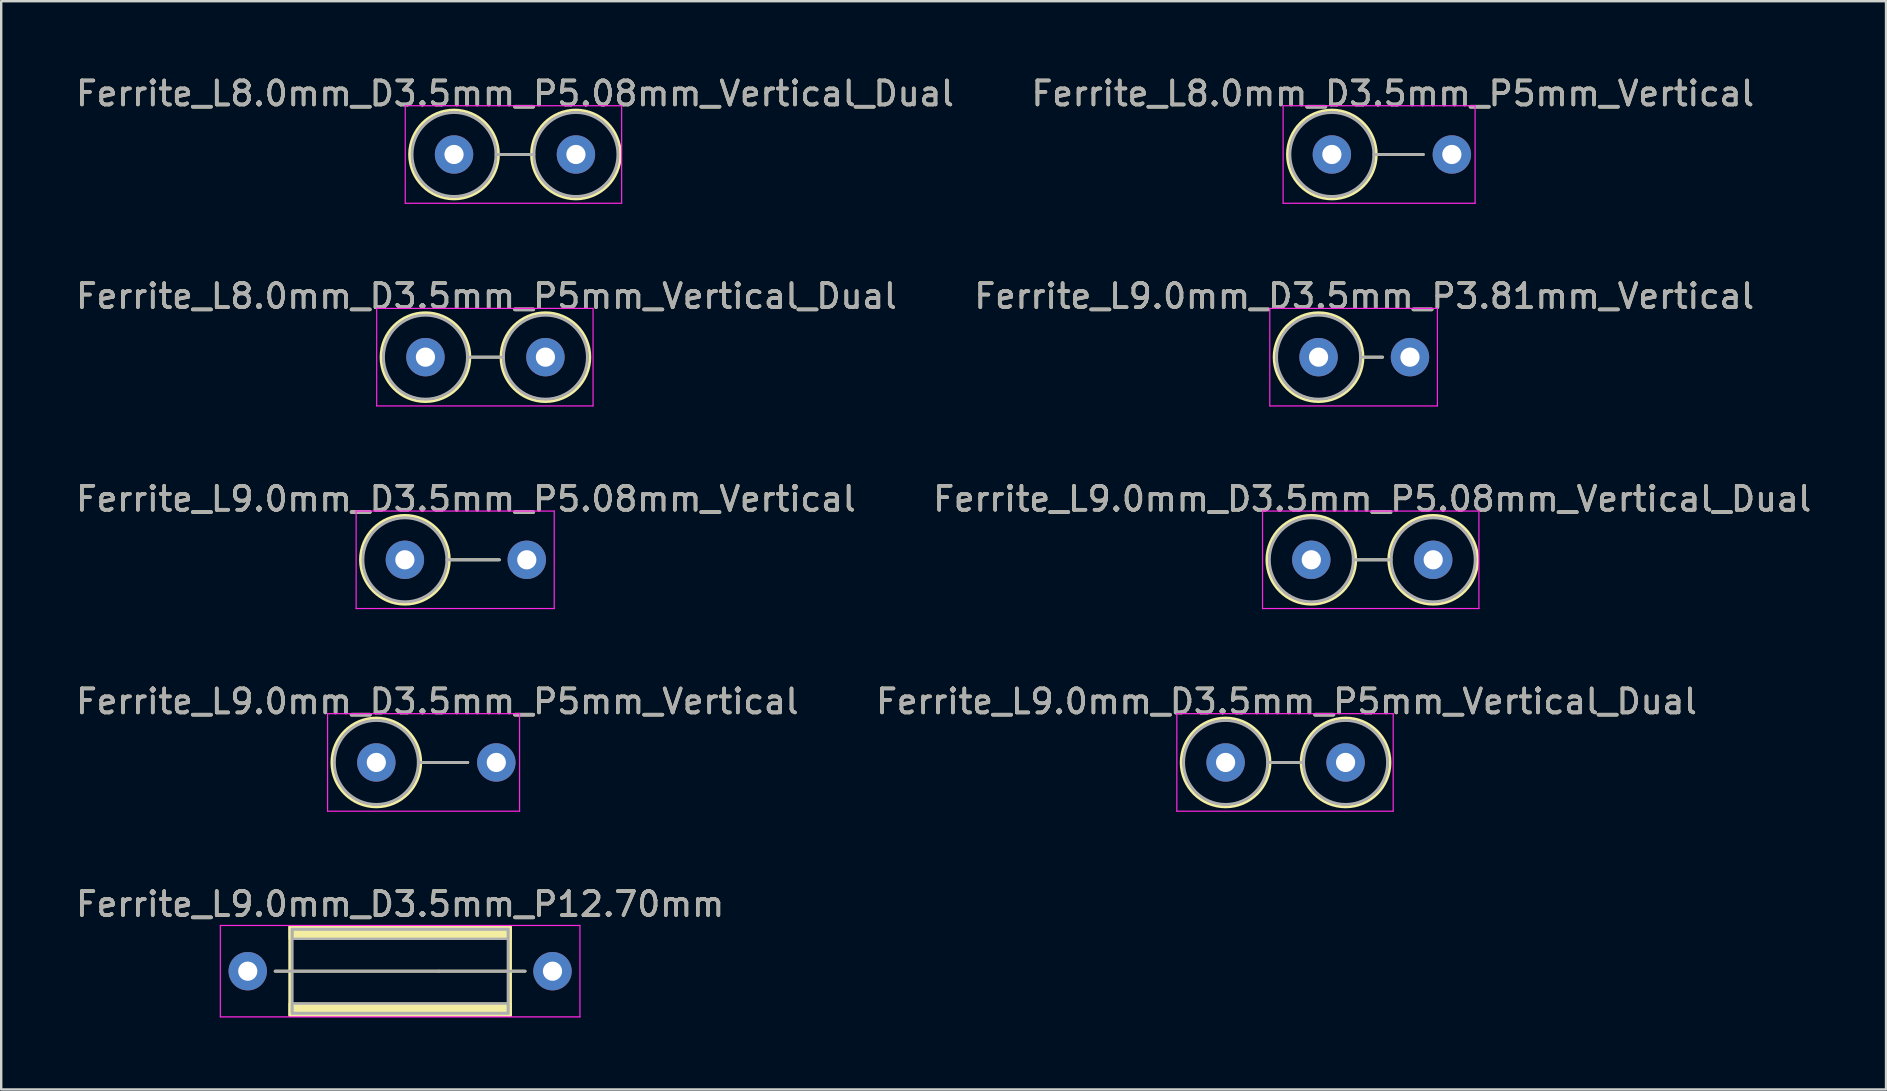
<source format=kicad_pcb>
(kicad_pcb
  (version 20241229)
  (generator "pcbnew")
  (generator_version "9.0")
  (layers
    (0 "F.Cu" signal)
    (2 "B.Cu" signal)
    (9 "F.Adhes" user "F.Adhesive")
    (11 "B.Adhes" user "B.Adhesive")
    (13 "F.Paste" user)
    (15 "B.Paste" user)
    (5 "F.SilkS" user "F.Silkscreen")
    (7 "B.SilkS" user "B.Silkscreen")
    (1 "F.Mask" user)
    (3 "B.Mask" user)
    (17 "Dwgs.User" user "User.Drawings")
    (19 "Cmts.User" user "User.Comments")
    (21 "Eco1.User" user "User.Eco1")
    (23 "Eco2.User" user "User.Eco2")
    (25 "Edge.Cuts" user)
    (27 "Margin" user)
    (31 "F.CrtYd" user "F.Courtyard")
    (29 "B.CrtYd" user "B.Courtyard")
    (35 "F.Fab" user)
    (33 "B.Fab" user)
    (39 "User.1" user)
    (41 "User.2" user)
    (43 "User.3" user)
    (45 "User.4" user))
  (footprint "Ferrite_L8.0mm_D3.5mm_P5.08mm_Vertical_Dual"
    (layer "F.Cu")
    (at 15.871 3.388)
    (property "Reference" "Ferrite_L8.0mm_D3.5mm_P5.08mm_Vertical_Dual" (at 2.54 -2.54 0) (layer "F.SilkS") (effects (font (size 1 1) (thickness 0.15))))
    (fp_line (start 1.85 0) (end 3.23 0) (stroke (width 0.12) (type solid)) (layer "F.SilkS"))
    (fp_circle (center 0 0) (end 0 -1.85) (stroke (width 0.12) (type solid)) (fill no) (layer "F.SilkS"))
    (fp_circle (center 5.08 0) (end 5.08 -1.85) (stroke (width 0.12) (type solid)) (fill no) (layer "F.SilkS"))
    (fp_line (start -2.032 -2.032) (end 6.985 -2.032) (stroke (width 0.05) (type solid)) (layer "F.CrtYd"))
    (fp_line (start -2.032 2.032) (end -2.032 -2.032) (stroke (width 0.05) (type solid)) (layer "F.CrtYd"))
    (fp_line (start 6.985 -2.032) (end 6.985 2.032) (stroke (width 0.05) (type solid)) (layer "F.CrtYd"))
    (fp_line (start 6.985 2.032) (end -2.032 2.032) (stroke (width 0.05) (type solid)) (layer "F.CrtYd"))
    (fp_line (start 1.75 0) (end 3.33 0) (stroke (width 0.12) (type solid)) (layer "F.Fab"))
    (fp_circle (center 0 0) (end 0 -1.75) (stroke (width 0.12) (type solid)) (fill no) (layer "F.Fab"))
    (fp_circle (center 5.08 0) (end 5.08 -1.75) (stroke (width 0.12) (type solid)) (fill no) (layer "F.Fab"))
    (fp_text user "${REFERENCE}" (at 2.54 -2.539 0) (layer "F.Fab") (effects (font (size 1 1) (thickness 0.15))))
    (pad "1" thru_hole circle (at 0 0) (size 1.6 1.6) (drill 0.8) (layers "*.Cu" "*.Mask"))
    (pad "2" thru_hole circle (at 5.08 0) (size 1.6 1.6) (drill 0.8) (layers "*.Cu" "*.Mask")))
  (footprint "Ferrite_L9.0mm_D3.5mm_P3.81mm_Vertical"
    (layer "F.Cu")
    (at 51.899 11.834)
    (property "Reference" "Ferrite_L9.0mm_D3.5mm_P3.81mm_Vertical" (at 1.905 -2.54 0) (layer "F.SilkS") (effects (font (size 1 1) (thickness 0.15))))
    (fp_line (start 1.85 0) (end 2.667 0) (stroke (width 0.12) (type solid)) (layer "F.SilkS"))
    (fp_circle (center 0 0) (end 0 -1.85) (stroke (width 0.12) (type solid)) (fill no) (layer "F.SilkS"))
    (fp_line (start -2.032 -2.032) (end 4.953 -2.032) (stroke (width 0.05) (type solid)) (layer "F.CrtYd"))
    (fp_line (start -2.032 2.032) (end -2.032 -2.032) (stroke (width 0.05) (type solid)) (layer "F.CrtYd"))
    (fp_line (start 4.953 -2.032) (end 4.953 2.032) (stroke (width 0.05) (type solid)) (layer "F.CrtYd"))
    (fp_line (start 4.953 2.032) (end -2.032 2.032) (stroke (width 0.05) (type solid)) (layer "F.CrtYd"))
    (fp_line (start 1.75 0) (end 2.667 0) (stroke (width 0.12) (type solid)) (layer "F.Fab"))
    (fp_circle (center 0 0) (end 0 -1.75) (stroke (width 0.12) (type solid)) (fill no) (layer "F.Fab"))
    (fp_text user "${REFERENCE}" (at 1.905 -2.539 0) (layer "F.Fab") (effects (font (size 1 1) (thickness 0.15))))
    (pad "1" thru_hole circle (at 0 0) (size 1.6 1.6) (drill 0.8) (layers "*.Cu" "*.Mask"))
    (pad "2" thru_hole circle (at 3.81 0) (size 1.6 1.6) (drill 0.8) (layers "*.Cu" "*.Mask")))
  (footprint "Ferrite_L9.0mm_D3.5mm_P5mm_Vertical"
    (layer "F.Cu")
    (at 12.633 28.724)
    (property "Reference" "Ferrite_L9.0mm_D3.5mm_P5mm_Vertical" (at 2.54 -2.54 0) (layer "F.SilkS") (effects (font (size 1 1) (thickness 0.15))))
    (fp_line (start 1.85 0) (end 3.81 0) (stroke (width 0.12) (type solid)) (layer "F.SilkS"))
    (fp_circle (center 0 0) (end 0 -1.85) (stroke (width 0.12) (type solid)) (fill no) (layer "F.SilkS"))
    (fp_line (start -2.032 -2.032) (end 5.969 -2.032) (stroke (width 0.05) (type solid)) (layer "F.CrtYd"))
    (fp_line (start -2.032 2.032) (end -2.032 -2.032) (stroke (width 0.05) (type solid)) (layer "F.CrtYd"))
    (fp_line (start 5.969 -2.032) (end 5.969 2.032) (stroke (width 0.05) (type solid)) (layer "F.CrtYd"))
    (fp_line (start 5.969 2.032) (end -2.032 2.032) (stroke (width 0.05) (type solid)) (layer "F.CrtYd"))
    (fp_line (start 1.75 0) (end 3.81 0) (stroke (width 0.12) (type solid)) (layer "F.Fab"))
    (fp_circle (center 0 0) (end 0 -1.75) (stroke (width 0.12) (type solid)) (fill no) (layer "F.Fab"))
    (fp_text user "${REFERENCE}" (at 2.54 -2.539 0) (layer "F.Fab") (effects (font (size 1 1) (thickness 0.15))))
    (pad "1" thru_hole circle (at 0 0) (size 1.6 1.6) (drill 0.8) (layers "*.Cu" "*.Mask"))
    (pad "2" thru_hole circle (at 5 0) (size 1.6 1.6) (drill 0.8) (layers "*.Cu" "*.Mask")))
  (footprint "Ferrite_L9.0mm_D3.5mm_P5.08mm_Vertical_Dual"
    (layer "F.Cu")
    (at 51.597 20.279)
    (property "Reference" "Ferrite_L9.0mm_D3.5mm_P5.08mm_Vertical_Dual" (at 2.54 -2.54 0) (layer "F.SilkS") (effects (font (size 1 1) (thickness 0.15))))
    (fp_line (start 1.85 0) (end 3.23 0) (stroke (width 0.12) (type solid)) (layer "F.SilkS"))
    (fp_circle (center 0 0) (end 0 -1.85) (stroke (width 0.12) (type solid)) (fill no) (layer "F.SilkS"))
    (fp_circle (center 5.08 0) (end 5.08 -1.85) (stroke (width 0.12) (type solid)) (fill no) (layer "F.SilkS"))
    (fp_line (start -2.032 -2.032) (end 6.985 -2.032) (stroke (width 0.05) (type solid)) (layer "F.CrtYd"))
    (fp_line (start -2.032 2.032) (end -2.032 -2.032) (stroke (width 0.05) (type solid)) (layer "F.CrtYd"))
    (fp_line (start 6.985 -2.032) (end 6.985 2.032) (stroke (width 0.05) (type solid)) (layer "F.CrtYd"))
    (fp_line (start 6.985 2.032) (end -2.032 2.032) (stroke (width 0.05) (type solid)) (layer "F.CrtYd"))
    (fp_line (start 1.75 0) (end 3.33 0) (stroke (width 0.12) (type solid)) (layer "F.Fab"))
    (fp_circle (center 0 0) (end 0 -1.75) (stroke (width 0.12) (type solid)) (fill no) (layer "F.Fab"))
    (fp_circle (center 5.08 0) (end 5.08 -1.75) (stroke (width 0.12) (type solid)) (fill no) (layer "F.Fab"))
    (fp_text user "${REFERENCE}" (at 2.54 -2.539 0) (layer "F.Fab") (effects (font (size 1 1) (thickness 0.15))))
    (pad "1" thru_hole circle (at 0 0) (size 1.6 1.6) (drill 0.8) (layers "*.Cu" "*.Mask"))
    (pad "2" thru_hole circle (at 5.08 0) (size 1.6 1.6) (drill 0.8) (layers "*.Cu" "*.Mask")))
  (footprint "Ferrite_L9.0mm_D3.5mm_P12.70mm"
    (layer "F.Cu")
    (at 7.275 37.423)
    (property "Reference" "Ferrite_L9.0mm_D3.5mm_P12.70mm" (at 6.35 -2.794 0) (layer "F.SilkS") (effects (font (size 1 1) (thickness 0.15))))
    (fp_line (start 7.964 0.000002) (end 1.143 0) (stroke (width 0.12) (type solid)) (layer "F.SilkS"))
    (fp_line (start 7.964 0.000002) (end 11.557 0) (stroke (width 0.12) (type solid)) (layer "F.SilkS"))
    (fp_rect (start 1.75 -1.85) (end 10.95 1.85) (stroke (width 0.12) (type solid)) (fill no) (layer "F.SilkS"))
    (fp_poly (pts (xy 1.75 1.35) (xy 10.95 1.35) (xy 10.95 1.85) (xy 1.75 1.85)) (stroke (width 0.1) (type solid)) (fill yes) (layer "F.SilkS"))
    (fp_poly (pts (xy 10.95 -1.35) (xy 1.75 -1.35) (xy 1.75 -1.85) (xy 10.95 -1.85)) (stroke (width 0.1) (type solid)) (fill yes) (layer "F.SilkS"))
    (fp_line (start -1.143 -1.905) (end 13.843 -1.905) (stroke (width 0.05) (type solid)) (layer "F.CrtYd"))
    (fp_line (start -1.143 1.905) (end -1.143 -1.905) (stroke (width 0.05) (type solid)) (layer "F.CrtYd"))
    (fp_line (start 13.843 -1.905) (end 13.843 1.905) (stroke (width 0.05) (type solid)) (layer "F.CrtYd"))
    (fp_line (start 13.843 1.905) (end -1.143 1.905) (stroke (width 0.05) (type solid)) (layer "F.CrtYd"))
    (fp_line (start 1.85 -1.75) (end 1.85 1.75) (stroke (width 0.12) (type solid)) (layer "F.Fab"))
    (fp_line (start 1.85 -1.75) (end 10.85 -1.75) (stroke (width 0.12) (type solid)) (layer "F.Fab"))
    (fp_line (start 7.837 0.000002) (end 1.143 0) (stroke (width 0.12) (type solid)) (layer "F.Fab"))
    (fp_line (start 7.874 0) (end 11.557 0) (stroke (width 0.12) (type solid)) (layer "F.Fab"))
    (fp_line (start 10.85 -1.75) (end 10.85 1.75) (stroke (width 0.12) (type solid)) (layer "F.Fab"))
    (fp_line (start 10.85 1.75) (end 1.85 1.75) (stroke (width 0.12) (type solid)) (layer "F.Fab"))
    (fp_poly (pts (xy 1.85 1.35) (xy 10.85 1.35) (xy 10.85 1.75) (xy 1.85 1.75)) (stroke (width 0.1) (type solid)) (fill no) (layer "F.Fab"))
    (fp_poly (pts (xy 10.85 -1.35) (xy 1.85 -1.35) (xy 1.85 -1.75) (xy 10.85 -1.75)) (stroke (width 0.1) (type solid)) (fill no) (layer "F.Fab"))
    (fp_text user "${REFERENCE}" (at 6.35 -2.793 0) (layer "F.Fab") (effects (font (size 1 1) (thickness 0.15))))
    (pad "1" thru_hole circle (at 0 0) (size 1.6 1.6) (drill 0.8) (layers "*.Cu" "*.Mask"))
    (pad "2" thru_hole circle (at 12.7 0) (size 1.6 1.6) (drill 0.8) (layers "*.Cu" "*.Mask")))
  (footprint "Ferrite_L8.0mm_D3.5mm_P5mm_Vertical_Dual"
    (layer "F.Cu")
    (at 14.68 11.834)
    (property "Reference" "Ferrite_L8.0mm_D3.5mm_P5mm_Vertical_Dual" (at 2.54 -2.54 0) (layer "F.SilkS") (effects (font (size 1 1) (thickness 0.15))))
    (fp_line (start 1.85 0) (end 3.15 0) (stroke (width 0.12) (type solid)) (layer "F.SilkS"))
    (fp_circle (center 0 0) (end 0 -1.85) (stroke (width 0.12) (type solid)) (fill no) (layer "F.SilkS"))
    (fp_circle (center 5 0) (end 5 -1.85) (stroke (width 0.12) (type solid)) (fill no) (layer "F.SilkS"))
    (fp_line (start -2.032 -2.032) (end 6.985 -2.032) (stroke (width 0.05) (type solid)) (layer "F.CrtYd"))
    (fp_line (start -2.032 2.032) (end -2.032 -2.032) (stroke (width 0.05) (type solid)) (layer "F.CrtYd"))
    (fp_line (start 6.985 -2.032) (end 6.985 2.032) (stroke (width 0.05) (type solid)) (layer "F.CrtYd"))
    (fp_line (start 6.985 2.032) (end -2.032 2.032) (stroke (width 0.05) (type solid)) (layer "F.CrtYd"))
    (fp_line (start 1.75 0) (end 3.25 0) (stroke (width 0.12) (type solid)) (layer "F.Fab"))
    (fp_circle (center 0 0) (end 0 -1.75) (stroke (width 0.12) (type solid)) (fill no) (layer "F.Fab"))
    (fp_circle (center 5 0) (end 5 -1.75) (stroke (width 0.12) (type solid)) (fill no) (layer "F.Fab"))
    (fp_text user "${REFERENCE}" (at 2.54 -2.539 0) (layer "F.Fab") (effects (font (size 1 1) (thickness 0.15))))
    (pad "1" thru_hole circle (at 0 0) (size 1.6 1.6) (drill 0.8) (layers "*.Cu" "*.Mask"))
    (pad "2" thru_hole circle (at 5 0) (size 1.6 1.6) (drill 0.8) (layers "*.Cu" "*.Mask")))
  (footprint "Ferrite_L9.0mm_D3.5mm_P5.08mm_Vertical"
    (layer "F.Cu")
    (at 13.823 20.279)
    (property "Reference" "Ferrite_L9.0mm_D3.5mm_P5.08mm_Vertical" (at 2.54 -2.54 0) (layer "F.SilkS") (effects (font (size 1 1) (thickness 0.15))))
    (fp_line (start 1.85 0) (end 3.937 0) (stroke (width 0.12) (type solid)) (layer "F.SilkS"))
    (fp_circle (center 0 0) (end 0 -1.85) (stroke (width 0.12) (type solid)) (fill no) (layer "F.SilkS"))
    (fp_line (start -2.032 -2.032) (end 6.223 -2.032) (stroke (width 0.05) (type solid)) (layer "F.CrtYd"))
    (fp_line (start -2.032 2.032) (end -2.032 -2.032) (stroke (width 0.05) (type solid)) (layer "F.CrtYd"))
    (fp_line (start 6.223 -2.032) (end 6.223 2.032) (stroke (width 0.05) (type solid)) (layer "F.CrtYd"))
    (fp_line (start 6.223 2.032) (end -2.032 2.032) (stroke (width 0.05) (type solid)) (layer "F.CrtYd"))
    (fp_line (start 1.75 0) (end 3.937 0) (stroke (width 0.12) (type solid)) (layer "F.Fab"))
    (fp_circle (center 0 0) (end 0 -1.75) (stroke (width 0.12) (type solid)) (fill no) (layer "F.Fab"))
    (fp_text user "${REFERENCE}" (at 2.54 -2.539 0) (layer "F.Fab") (effects (font (size 1 1) (thickness 0.15))))
    (pad "1" thru_hole circle (at 0 0) (size 1.6 1.6) (drill 0.8) (layers "*.Cu" "*.Mask"))
    (pad "2" thru_hole circle (at 5.08 0) (size 1.6 1.6) (drill 0.8) (layers "*.Cu" "*.Mask")))
  (footprint "Ferrite_L8.0mm_D3.5mm_P5mm_Vertical"
    (layer "F.Cu")
    (at 52.454 3.388)
    (property "Reference" "Ferrite_L8.0mm_D3.5mm_P5mm_Vertical" (at 2.54 -2.54 0) (layer "F.SilkS") (effects (font (size 1 1) (thickness 0.15))))
    (fp_line (start 1.85 0) (end 3.81 0) (stroke (width 0.12) (type solid)) (layer "F.SilkS"))
    (fp_circle (center 0 0) (end 0 -1.85) (stroke (width 0.12) (type solid)) (fill no) (layer "F.SilkS"))
    (fp_line (start -2.032 -2.032) (end 5.969 -2.032) (stroke (width 0.05) (type solid)) (layer "F.CrtYd"))
    (fp_line (start -2.032 2.032) (end -2.032 -2.032) (stroke (width 0.05) (type solid)) (layer "F.CrtYd"))
    (fp_line (start 5.969 -2.032) (end 5.969 2.032) (stroke (width 0.05) (type solid)) (layer "F.CrtYd"))
    (fp_line (start 5.969 2.032) (end -2.032 2.032) (stroke (width 0.05) (type solid)) (layer "F.CrtYd"))
    (fp_line (start 1.75 0) (end 3.81 0) (stroke (width 0.12) (type solid)) (layer "F.Fab"))
    (fp_circle (center 0 0) (end 0 -1.75) (stroke (width 0.12) (type solid)) (fill no) (layer "F.Fab"))
    (fp_text user "${REFERENCE}" (at 2.54 -2.539 0) (layer "F.Fab") (effects (font (size 1 1) (thickness 0.15))))
    (pad "1" thru_hole circle (at 0 0) (size 1.6 1.6) (drill 0.8) (layers "*.Cu" "*.Mask"))
    (pad "2" thru_hole circle (at 5 0) (size 1.6 1.6) (drill 0.8) (layers "*.Cu" "*.Mask")))
  (footprint "Ferrite_L9.0mm_D3.5mm_P5mm_Vertical_Dual"
    (layer "F.Cu")
    (at 48.025 28.724)
    (property "Reference" "Ferrite_L9.0mm_D3.5mm_P5mm_Vertical_Dual" (at 2.54 -2.54 0) (layer "F.SilkS") (effects (font (size 1 1) (thickness 0.15))))
    (fp_line (start 1.85 0) (end 3.15 0) (stroke (width 0.12) (type solid)) (layer "F.SilkS"))
    (fp_circle (center 0 0) (end 0 -1.85) (stroke (width 0.12) (type solid)) (fill no) (layer "F.SilkS"))
    (fp_circle (center 5 0) (end 5 -1.85) (stroke (width 0.12) (type solid)) (fill no) (layer "F.SilkS"))
    (fp_line (start -2.032 -2.032) (end 6.985 -2.032) (stroke (width 0.05) (type solid)) (layer "F.CrtYd"))
    (fp_line (start -2.032 2.032) (end -2.032 -2.032) (stroke (width 0.05) (type solid)) (layer "F.CrtYd"))
    (fp_line (start 6.985 -2.032) (end 6.985 2.032) (stroke (width 0.05) (type solid)) (layer "F.CrtYd"))
    (fp_line (start 6.985 2.032) (end -2.032 2.032) (stroke (width 0.05) (type solid)) (layer "F.CrtYd"))
    (fp_line (start 1.75 0) (end 3.25 0) (stroke (width 0.12) (type solid)) (layer "F.Fab"))
    (fp_circle (center 0 0) (end 0 -1.75) (stroke (width 0.12) (type solid)) (fill no) (layer "F.Fab"))
    (fp_circle (center 5 0) (end 5 -1.75) (stroke (width 0.12) (type solid)) (fill no) (layer "F.Fab"))
    (fp_text user "${REFERENCE}" (at 2.54 -2.539 0) (layer "F.Fab") (effects (font (size 1 1) (thickness 0.15))))
    (pad "1" thru_hole circle (at 0 0) (size 1.6 1.6) (drill 0.8) (layers "*.Cu" "*.Mask"))
    (pad "2" thru_hole circle (at 5 0) (size 1.6 1.6) (drill 0.8) (layers "*.Cu" "*.Mask")))
  (gr_rect
    (start -3 -3)
    (end 75.548 42.353)
    (stroke (width 0.1) (type default))
    (fill no)
    (layer "Edge.Cuts")))
</source>
